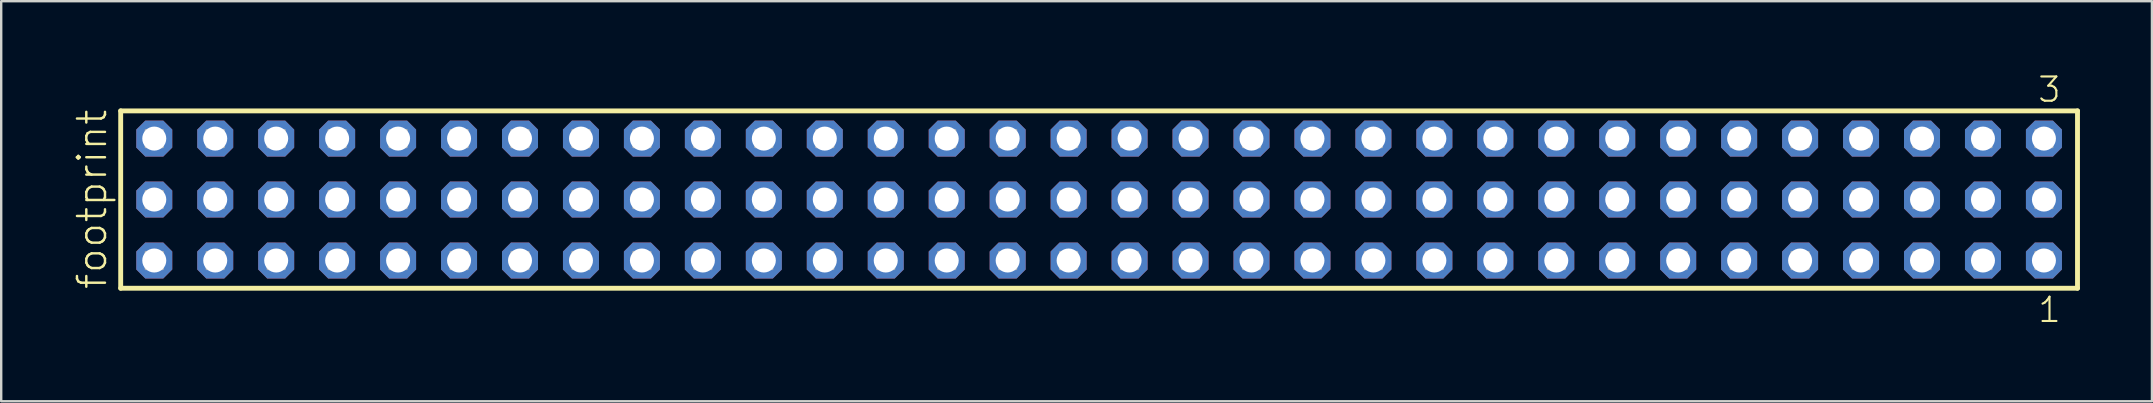
<source format=kicad_pcb>
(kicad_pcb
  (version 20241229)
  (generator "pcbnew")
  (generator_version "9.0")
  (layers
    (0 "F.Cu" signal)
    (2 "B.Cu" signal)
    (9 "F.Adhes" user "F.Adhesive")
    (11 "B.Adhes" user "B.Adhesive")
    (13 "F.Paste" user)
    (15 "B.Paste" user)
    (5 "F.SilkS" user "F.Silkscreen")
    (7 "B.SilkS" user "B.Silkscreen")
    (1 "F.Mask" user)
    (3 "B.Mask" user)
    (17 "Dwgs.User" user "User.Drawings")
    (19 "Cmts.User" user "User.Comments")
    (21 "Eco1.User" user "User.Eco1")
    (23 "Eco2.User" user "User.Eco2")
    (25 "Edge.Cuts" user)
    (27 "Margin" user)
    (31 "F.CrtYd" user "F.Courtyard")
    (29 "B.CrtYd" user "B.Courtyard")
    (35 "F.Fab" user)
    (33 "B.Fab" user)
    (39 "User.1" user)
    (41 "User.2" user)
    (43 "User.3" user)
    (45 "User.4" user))
  (footprint "footprint"
    (layer "F.Cu")
    (at 42.748 5.265)
    (property "Reference" "footprint" (at -41.275 3.81 90) (layer "F.SilkS") (effects (font (size 1.168 1.168) (thickness 0.102)) (justify left bottom)))
    (fp_line (start -40.769 -3.695) (end 40.769 -3.695) (stroke (width 0.203) (type solid)) (layer "F.SilkS"))
    (fp_line (start -40.769 3.695) (end -40.769 -3.695) (stroke (width 0.203) (type solid)) (layer "F.SilkS"))
    (fp_line (start 40.769 -3.695) (end 40.769 3.695) (stroke (width 0.203) (type solid)) (layer "F.SilkS"))
    (fp_line (start 40.769 3.695) (end -40.769 3.695) (stroke (width 0.203) (type solid)) (layer "F.SilkS"))
    (fp_poly (pts (xy -39.72 -2.19) (xy -39.02 -2.19) (xy -39.02 -2.89) (xy -39.72 -2.89)) (stroke (width 0.1) (type solid)) (fill no) (layer "F.Fab"))
    (fp_poly (pts (xy -39.72 0.35) (xy -39.02 0.35) (xy -39.02 -0.35) (xy -39.72 -0.35)) (stroke (width 0.1) (type solid)) (fill no) (layer "F.Fab"))
    (fp_poly (pts (xy -39.72 2.89) (xy -39.02 2.89) (xy -39.02 2.19) (xy -39.72 2.19)) (stroke (width 0.1) (type solid)) (fill no) (layer "F.Fab"))
    (fp_poly (pts (xy -37.18 -2.19) (xy -36.48 -2.19) (xy -36.48 -2.89) (xy -37.18 -2.89)) (stroke (width 0.1) (type solid)) (fill no) (layer "F.Fab"))
    (fp_poly (pts (xy -37.18 0.35) (xy -36.48 0.35) (xy -36.48 -0.35) (xy -37.18 -0.35)) (stroke (width 0.1) (type solid)) (fill no) (layer "F.Fab"))
    (fp_poly (pts (xy -37.18 2.89) (xy -36.48 2.89) (xy -36.48 2.19) (xy -37.18 2.19)) (stroke (width 0.1) (type solid)) (fill no) (layer "F.Fab"))
    (fp_poly (pts (xy -34.64 -2.19) (xy -33.94 -2.19) (xy -33.94 -2.89) (xy -34.64 -2.89)) (stroke (width 0.1) (type solid)) (fill no) (layer "F.Fab"))
    (fp_poly (pts (xy -34.64 0.35) (xy -33.94 0.35) (xy -33.94 -0.35) (xy -34.64 -0.35)) (stroke (width 0.1) (type solid)) (fill no) (layer "F.Fab"))
    (fp_poly (pts (xy -34.64 2.89) (xy -33.94 2.89) (xy -33.94 2.19) (xy -34.64 2.19)) (stroke (width 0.1) (type solid)) (fill no) (layer "F.Fab"))
    (fp_poly (pts (xy -32.1 -2.19) (xy -31.4 -2.19) (xy -31.4 -2.89) (xy -32.1 -2.89)) (stroke (width 0.1) (type solid)) (fill no) (layer "F.Fab"))
    (fp_poly (pts (xy -32.1 0.35) (xy -31.4 0.35) (xy -31.4 -0.35) (xy -32.1 -0.35)) (stroke (width 0.1) (type solid)) (fill no) (layer "F.Fab"))
    (fp_poly (pts (xy -32.1 2.89) (xy -31.4 2.89) (xy -31.4 2.19) (xy -32.1 2.19)) (stroke (width 0.1) (type solid)) (fill no) (layer "F.Fab"))
    (fp_poly (pts (xy -29.56 -2.19) (xy -28.86 -2.19) (xy -28.86 -2.89) (xy -29.56 -2.89)) (stroke (width 0.1) (type solid)) (fill no) (layer "F.Fab"))
    (fp_poly (pts (xy -29.56 0.35) (xy -28.86 0.35) (xy -28.86 -0.35) (xy -29.56 -0.35)) (stroke (width 0.1) (type solid)) (fill no) (layer "F.Fab"))
    (fp_poly (pts (xy -29.56 2.89) (xy -28.86 2.89) (xy -28.86 2.19) (xy -29.56 2.19)) (stroke (width 0.1) (type solid)) (fill no) (layer "F.Fab"))
    (fp_poly (pts (xy -27.02 -2.19) (xy -26.32 -2.19) (xy -26.32 -2.89) (xy -27.02 -2.89)) (stroke (width 0.1) (type solid)) (fill no) (layer "F.Fab"))
    (fp_poly (pts (xy -27.02 0.35) (xy -26.32 0.35) (xy -26.32 -0.35) (xy -27.02 -0.35)) (stroke (width 0.1) (type solid)) (fill no) (layer "F.Fab"))
    (fp_poly (pts (xy -27.02 2.89) (xy -26.32 2.89) (xy -26.32 2.19) (xy -27.02 2.19)) (stroke (width 0.1) (type solid)) (fill no) (layer "F.Fab"))
    (fp_poly (pts (xy -24.48 -2.19) (xy -23.78 -2.19) (xy -23.78 -2.89) (xy -24.48 -2.89)) (stroke (width 0.1) (type solid)) (fill no) (layer "F.Fab"))
    (fp_poly (pts (xy -24.48 0.35) (xy -23.78 0.35) (xy -23.78 -0.35) (xy -24.48 -0.35)) (stroke (width 0.1) (type solid)) (fill no) (layer "F.Fab"))
    (fp_poly (pts (xy -24.48 2.89) (xy -23.78 2.89) (xy -23.78 2.19) (xy -24.48 2.19)) (stroke (width 0.1) (type solid)) (fill no) (layer "F.Fab"))
    (fp_poly (pts (xy -21.94 -2.19) (xy -21.24 -2.19) (xy -21.24 -2.89) (xy -21.94 -2.89)) (stroke (width 0.1) (type solid)) (fill no) (layer "F.Fab"))
    (fp_poly (pts (xy -21.94 0.35) (xy -21.24 0.35) (xy -21.24 -0.35) (xy -21.94 -0.35)) (stroke (width 0.1) (type solid)) (fill no) (layer "F.Fab"))
    (fp_poly (pts (xy -21.94 2.89) (xy -21.24 2.89) (xy -21.24 2.19) (xy -21.94 2.19)) (stroke (width 0.1) (type solid)) (fill no) (layer "F.Fab"))
    (fp_poly (pts (xy -19.4 -2.19) (xy -18.7 -2.19) (xy -18.7 -2.89) (xy -19.4 -2.89)) (stroke (width 0.1) (type solid)) (fill no) (layer "F.Fab"))
    (fp_poly (pts (xy -19.4 0.35) (xy -18.7 0.35) (xy -18.7 -0.35) (xy -19.4 -0.35)) (stroke (width 0.1) (type solid)) (fill no) (layer "F.Fab"))
    (fp_poly (pts (xy -19.4 2.89) (xy -18.7 2.89) (xy -18.7 2.19) (xy -19.4 2.19)) (stroke (width 0.1) (type solid)) (fill no) (layer "F.Fab"))
    (fp_poly (pts (xy -16.86 -2.19) (xy -16.16 -2.19) (xy -16.16 -2.89) (xy -16.86 -2.89)) (stroke (width 0.1) (type solid)) (fill no) (layer "F.Fab"))
    (fp_poly (pts (xy -16.86 0.35) (xy -16.16 0.35) (xy -16.16 -0.35) (xy -16.86 -0.35)) (stroke (width 0.1) (type solid)) (fill no) (layer "F.Fab"))
    (fp_poly (pts (xy -16.86 2.89) (xy -16.16 2.89) (xy -16.16 2.19) (xy -16.86 2.19)) (stroke (width 0.1) (type solid)) (fill no) (layer "F.Fab"))
    (fp_poly (pts (xy -14.32 -2.19) (xy -13.62 -2.19) (xy -13.62 -2.89) (xy -14.32 -2.89)) (stroke (width 0.1) (type solid)) (fill no) (layer "F.Fab"))
    (fp_poly (pts (xy -14.32 0.35) (xy -13.62 0.35) (xy -13.62 -0.35) (xy -14.32 -0.35)) (stroke (width 0.1) (type solid)) (fill no) (layer "F.Fab"))
    (fp_poly (pts (xy -14.32 2.89) (xy -13.62 2.89) (xy -13.62 2.19) (xy -14.32 2.19)) (stroke (width 0.1) (type solid)) (fill no) (layer "F.Fab"))
    (fp_poly (pts (xy -11.78 -2.19) (xy -11.08 -2.19) (xy -11.08 -2.89) (xy -11.78 -2.89)) (stroke (width 0.1) (type solid)) (fill no) (layer "F.Fab"))
    (fp_poly (pts (xy -11.78 0.35) (xy -11.08 0.35) (xy -11.08 -0.35) (xy -11.78 -0.35)) (stroke (width 0.1) (type solid)) (fill no) (layer "F.Fab"))
    (fp_poly (pts (xy -11.78 2.89) (xy -11.08 2.89) (xy -11.08 2.19) (xy -11.78 2.19)) (stroke (width 0.1) (type solid)) (fill no) (layer "F.Fab"))
    (fp_poly (pts (xy -9.24 -2.19) (xy -8.54 -2.19) (xy -8.54 -2.89) (xy -9.24 -2.89)) (stroke (width 0.1) (type solid)) (fill no) (layer "F.Fab"))
    (fp_poly (pts (xy -9.24 0.35) (xy -8.54 0.35) (xy -8.54 -0.35) (xy -9.24 -0.35)) (stroke (width 0.1) (type solid)) (fill no) (layer "F.Fab"))
    (fp_poly (pts (xy -9.24 2.89) (xy -8.54 2.89) (xy -8.54 2.19) (xy -9.24 2.19)) (stroke (width 0.1) (type solid)) (fill no) (layer "F.Fab"))
    (fp_poly (pts (xy -6.7 -2.19) (xy -6 -2.19) (xy -6 -2.89) (xy -6.7 -2.89)) (stroke (width 0.1) (type solid)) (fill no) (layer "F.Fab"))
    (fp_poly (pts (xy -6.7 0.35) (xy -6 0.35) (xy -6 -0.35) (xy -6.7 -0.35)) (stroke (width 0.1) (type solid)) (fill no) (layer "F.Fab"))
    (fp_poly (pts (xy -6.7 2.89) (xy -6 2.89) (xy -6 2.19) (xy -6.7 2.19)) (stroke (width 0.1) (type solid)) (fill no) (layer "F.Fab"))
    (fp_poly (pts (xy -4.16 -2.19) (xy -3.46 -2.19) (xy -3.46 -2.89) (xy -4.16 -2.89)) (stroke (width 0.1) (type solid)) (fill no) (layer "F.Fab"))
    (fp_poly (pts (xy -4.16 0.35) (xy -3.46 0.35) (xy -3.46 -0.35) (xy -4.16 -0.35)) (stroke (width 0.1) (type solid)) (fill no) (layer "F.Fab"))
    (fp_poly (pts (xy -4.16 2.89) (xy -3.46 2.89) (xy -3.46 2.19) (xy -4.16 2.19)) (stroke (width 0.1) (type solid)) (fill no) (layer "F.Fab"))
    (fp_poly (pts (xy -1.62 -2.19) (xy -0.92 -2.19) (xy -0.92 -2.89) (xy -1.62 -2.89)) (stroke (width 0.1) (type solid)) (fill no) (layer "F.Fab"))
    (fp_poly (pts (xy -1.62 0.35) (xy -0.92 0.35) (xy -0.92 -0.35) (xy -1.62 -0.35)) (stroke (width 0.1) (type solid)) (fill no) (layer "F.Fab"))
    (fp_poly (pts (xy -1.62 2.89) (xy -0.92 2.89) (xy -0.92 2.19) (xy -1.62 2.19)) (stroke (width 0.1) (type solid)) (fill no) (layer "F.Fab"))
    (fp_poly (pts (xy 0.92 -2.19) (xy 1.62 -2.19) (xy 1.62 -2.89) (xy 0.92 -2.89)) (stroke (width 0.1) (type solid)) (fill no) (layer "F.Fab"))
    (fp_poly (pts (xy 0.92 0.35) (xy 1.62 0.35) (xy 1.62 -0.35) (xy 0.92 -0.35)) (stroke (width 0.1) (type solid)) (fill no) (layer "F.Fab"))
    (fp_poly (pts (xy 0.92 2.89) (xy 1.62 2.89) (xy 1.62 2.19) (xy 0.92 2.19)) (stroke (width 0.1) (type solid)) (fill no) (layer "F.Fab"))
    (fp_poly (pts (xy 3.46 -2.19) (xy 4.16 -2.19) (xy 4.16 -2.89) (xy 3.46 -2.89)) (stroke (width 0.1) (type solid)) (fill no) (layer "F.Fab"))
    (fp_poly (pts (xy 3.46 0.35) (xy 4.16 0.35) (xy 4.16 -0.35) (xy 3.46 -0.35)) (stroke (width 0.1) (type solid)) (fill no) (layer "F.Fab"))
    (fp_poly (pts (xy 3.46 2.89) (xy 4.16 2.89) (xy 4.16 2.19) (xy 3.46 2.19)) (stroke (width 0.1) (type solid)) (fill no) (layer "F.Fab"))
    (fp_poly (pts (xy 6 -2.19) (xy 6.7 -2.19) (xy 6.7 -2.89) (xy 6 -2.89)) (stroke (width 0.1) (type solid)) (fill no) (layer "F.Fab"))
    (fp_poly (pts (xy 6 0.35) (xy 6.7 0.35) (xy 6.7 -0.35) (xy 6 -0.35)) (stroke (width 0.1) (type solid)) (fill no) (layer "F.Fab"))
    (fp_poly (pts (xy 6 2.89) (xy 6.7 2.89) (xy 6.7 2.19) (xy 6 2.19)) (stroke (width 0.1) (type solid)) (fill no) (layer "F.Fab"))
    (fp_poly (pts (xy 8.54 -2.19) (xy 9.24 -2.19) (xy 9.24 -2.89) (xy 8.54 -2.89)) (stroke (width 0.1) (type solid)) (fill no) (layer "F.Fab"))
    (fp_poly (pts (xy 8.54 0.35) (xy 9.24 0.35) (xy 9.24 -0.35) (xy 8.54 -0.35)) (stroke (width 0.1) (type solid)) (fill no) (layer "F.Fab"))
    (fp_poly (pts (xy 8.54 2.89) (xy 9.24 2.89) (xy 9.24 2.19) (xy 8.54 2.19)) (stroke (width 0.1) (type solid)) (fill no) (layer "F.Fab"))
    (fp_poly (pts (xy 11.08 -2.19) (xy 11.78 -2.19) (xy 11.78 -2.89) (xy 11.08 -2.89)) (stroke (width 0.1) (type solid)) (fill no) (layer "F.Fab"))
    (fp_poly (pts (xy 11.08 0.35) (xy 11.78 0.35) (xy 11.78 -0.35) (xy 11.08 -0.35)) (stroke (width 0.1) (type solid)) (fill no) (layer "F.Fab"))
    (fp_poly (pts (xy 11.08 2.89) (xy 11.78 2.89) (xy 11.78 2.19) (xy 11.08 2.19)) (stroke (width 0.1) (type solid)) (fill no) (layer "F.Fab"))
    (fp_poly (pts (xy 13.62 -2.19) (xy 14.32 -2.19) (xy 14.32 -2.89) (xy 13.62 -2.89)) (stroke (width 0.1) (type solid)) (fill no) (layer "F.Fab"))
    (fp_poly (pts (xy 13.62 0.35) (xy 14.32 0.35) (xy 14.32 -0.35) (xy 13.62 -0.35)) (stroke (width 0.1) (type solid)) (fill no) (layer "F.Fab"))
    (fp_poly (pts (xy 13.62 2.89) (xy 14.32 2.89) (xy 14.32 2.19) (xy 13.62 2.19)) (stroke (width 0.1) (type solid)) (fill no) (layer "F.Fab"))
    (fp_poly (pts (xy 16.16 -2.19) (xy 16.86 -2.19) (xy 16.86 -2.89) (xy 16.16 -2.89)) (stroke (width 0.1) (type solid)) (fill no) (layer "F.Fab"))
    (fp_poly (pts (xy 16.16 0.35) (xy 16.86 0.35) (xy 16.86 -0.35) (xy 16.16 -0.35)) (stroke (width 0.1) (type solid)) (fill no) (layer "F.Fab"))
    (fp_poly (pts (xy 16.16 2.89) (xy 16.86 2.89) (xy 16.86 2.19) (xy 16.16 2.19)) (stroke (width 0.1) (type solid)) (fill no) (layer "F.Fab"))
    (fp_poly (pts (xy 18.7 -2.19) (xy 19.4 -2.19) (xy 19.4 -2.89) (xy 18.7 -2.89)) (stroke (width 0.1) (type solid)) (fill no) (layer "F.Fab"))
    (fp_poly (pts (xy 18.7 0.35) (xy 19.4 0.35) (xy 19.4 -0.35) (xy 18.7 -0.35)) (stroke (width 0.1) (type solid)) (fill no) (layer "F.Fab"))
    (fp_poly (pts (xy 18.7 2.89) (xy 19.4 2.89) (xy 19.4 2.19) (xy 18.7 2.19)) (stroke (width 0.1) (type solid)) (fill no) (layer "F.Fab"))
    (fp_poly (pts (xy 21.24 -2.19) (xy 21.94 -2.19) (xy 21.94 -2.89) (xy 21.24 -2.89)) (stroke (width 0.1) (type solid)) (fill no) (layer "F.Fab"))
    (fp_poly (pts (xy 21.24 0.35) (xy 21.94 0.35) (xy 21.94 -0.35) (xy 21.24 -0.35)) (stroke (width 0.1) (type solid)) (fill no) (layer "F.Fab"))
    (fp_poly (pts (xy 21.24 2.89) (xy 21.94 2.89) (xy 21.94 2.19) (xy 21.24 2.19)) (stroke (width 0.1) (type solid)) (fill no) (layer "F.Fab"))
    (fp_poly (pts (xy 23.78 -2.19) (xy 24.48 -2.19) (xy 24.48 -2.89) (xy 23.78 -2.89)) (stroke (width 0.1) (type solid)) (fill no) (layer "F.Fab"))
    (fp_poly (pts (xy 23.78 0.35) (xy 24.48 0.35) (xy 24.48 -0.35) (xy 23.78 -0.35)) (stroke (width 0.1) (type solid)) (fill no) (layer "F.Fab"))
    (fp_poly (pts (xy 23.78 2.89) (xy 24.48 2.89) (xy 24.48 2.19) (xy 23.78 2.19)) (stroke (width 0.1) (type solid)) (fill no) (layer "F.Fab"))
    (fp_poly (pts (xy 26.32 -2.19) (xy 27.02 -2.19) (xy 27.02 -2.89) (xy 26.32 -2.89)) (stroke (width 0.1) (type solid)) (fill no) (layer "F.Fab"))
    (fp_poly (pts (xy 26.32 0.35) (xy 27.02 0.35) (xy 27.02 -0.35) (xy 26.32 -0.35)) (stroke (width 0.1) (type solid)) (fill no) (layer "F.Fab"))
    (fp_poly (pts (xy 26.32 2.89) (xy 27.02 2.89) (xy 27.02 2.19) (xy 26.32 2.19)) (stroke (width 0.1) (type solid)) (fill no) (layer "F.Fab"))
    (fp_poly (pts (xy 28.86 -2.19) (xy 29.56 -2.19) (xy 29.56 -2.89) (xy 28.86 -2.89)) (stroke (width 0.1) (type solid)) (fill no) (layer "F.Fab"))
    (fp_poly (pts (xy 28.86 0.35) (xy 29.56 0.35) (xy 29.56 -0.35) (xy 28.86 -0.35)) (stroke (width 0.1) (type solid)) (fill no) (layer "F.Fab"))
    (fp_poly (pts (xy 28.86 2.89) (xy 29.56 2.89) (xy 29.56 2.19) (xy 28.86 2.19)) (stroke (width 0.1) (type solid)) (fill no) (layer "F.Fab"))
    (fp_poly (pts (xy 31.4 -2.19) (xy 32.1 -2.19) (xy 32.1 -2.89) (xy 31.4 -2.89)) (stroke (width 0.1) (type solid)) (fill no) (layer "F.Fab"))
    (fp_poly (pts (xy 31.4 0.35) (xy 32.1 0.35) (xy 32.1 -0.35) (xy 31.4 -0.35)) (stroke (width 0.1) (type solid)) (fill no) (layer "F.Fab"))
    (fp_poly (pts (xy 31.4 2.89) (xy 32.1 2.89) (xy 32.1 2.19) (xy 31.4 2.19)) (stroke (width 0.1) (type solid)) (fill no) (layer "F.Fab"))
    (fp_poly (pts (xy 33.94 -2.19) (xy 34.64 -2.19) (xy 34.64 -2.89) (xy 33.94 -2.89)) (stroke (width 0.1) (type solid)) (fill no) (layer "F.Fab"))
    (fp_poly (pts (xy 33.94 0.35) (xy 34.64 0.35) (xy 34.64 -0.35) (xy 33.94 -0.35)) (stroke (width 0.1) (type solid)) (fill no) (layer "F.Fab"))
    (fp_poly (pts (xy 33.94 2.89) (xy 34.64 2.89) (xy 34.64 2.19) (xy 33.94 2.19)) (stroke (width 0.1) (type solid)) (fill no) (layer "F.Fab"))
    (fp_poly (pts (xy 36.48 -2.19) (xy 37.18 -2.19) (xy 37.18 -2.89) (xy 36.48 -2.89)) (stroke (width 0.1) (type solid)) (fill no) (layer "F.Fab"))
    (fp_poly (pts (xy 36.48 0.35) (xy 37.18 0.35) (xy 37.18 -0.35) (xy 36.48 -0.35)) (stroke (width 0.1) (type solid)) (fill no) (layer "F.Fab"))
    (fp_poly (pts (xy 36.48 2.89) (xy 37.18 2.89) (xy 37.18 2.19) (xy 36.48 2.19)) (stroke (width 0.1) (type solid)) (fill no) (layer "F.Fab"))
    (fp_poly (pts (xy 39.02 -2.19) (xy 39.72 -2.19) (xy 39.72 -2.89) (xy 39.02 -2.89)) (stroke (width 0.1) (type solid)) (fill no) (layer "F.Fab"))
    (fp_poly (pts (xy 39.02 0.35) (xy 39.72 0.35) (xy 39.72 -0.35) (xy 39.02 -0.35)) (stroke (width 0.1) (type solid)) (fill no) (layer "F.Fab"))
    (fp_poly (pts (xy 39.02 2.89) (xy 39.72 2.89) (xy 39.72 2.19) (xy 39.02 2.19)) (stroke (width 0.1) (type solid)) (fill no) (layer "F.Fab"))
    (fp_text user "3" (at 39.058 -3.989 0) (layer "F.SilkS") (effects (font (size 1.012 1.012) (thickness 0.088)) (justify left bottom)))
    (fp_text user "1" (at 39.062 5.188 0) (layer "F.SilkS") (effects (font (size 1.012 1.012) (thickness 0.088)) (justify left bottom)))
    (pad "1" thru_hole roundrect (at 39.37 2.54 180) (size 1.5 1.5) (drill 1) (layers "*.Cu" "*.Mask") (roundrect_rratio 0.25) (chamfer_ratio 0.25) (chamfer top_left top_right bottom_left bottom_right))
    (pad "2" thru_hole roundrect (at 39.37 0 180) (size 1.5 1.5) (drill 1) (layers "*.Cu" "*.Mask") (roundrect_rratio 0.25) (chamfer_ratio 0.25) (chamfer top_left top_right bottom_left bottom_right))
    (pad "3" thru_hole roundrect (at 39.37 -2.54 180) (size 1.5 1.5) (drill 1) (layers "*.Cu" "*.Mask") (roundrect_rratio 0.25) (chamfer_ratio 0.25) (chamfer top_left top_right bottom_left bottom_right))
    (pad "4" thru_hole roundrect (at 36.83 2.54 180) (size 1.5 1.5) (drill 1) (layers "*.Cu" "*.Mask") (roundrect_rratio 0.25) (chamfer_ratio 0.25) (chamfer top_left top_right bottom_left bottom_right))
    (pad "5" thru_hole roundrect (at 36.83 0 180) (size 1.5 1.5) (drill 1) (layers "*.Cu" "*.Mask") (roundrect_rratio 0.25) (chamfer_ratio 0.25) (chamfer top_left top_right bottom_left bottom_right))
    (pad "6" thru_hole roundrect (at 36.83 -2.54 180) (size 1.5 1.5) (drill 1) (layers "*.Cu" "*.Mask") (roundrect_rratio 0.25) (chamfer_ratio 0.25) (chamfer top_left top_right bottom_left bottom_right))
    (pad "7" thru_hole roundrect (at 34.29 2.54 180) (size 1.5 1.5) (drill 1) (layers "*.Cu" "*.Mask") (roundrect_rratio 0.25) (chamfer_ratio 0.25) (chamfer top_left top_right bottom_left bottom_right))
    (pad "8" thru_hole roundrect (at 34.29 0 180) (size 1.5 1.5) (drill 1) (layers "*.Cu" "*.Mask") (roundrect_rratio 0.25) (chamfer_ratio 0.25) (chamfer top_left top_right bottom_left bottom_right))
    (pad "9" thru_hole roundrect (at 34.29 -2.54 180) (size 1.5 1.5) (drill 1) (layers "*.Cu" "*.Mask") (roundrect_rratio 0.25) (chamfer_ratio 0.25) (chamfer top_left top_right bottom_left bottom_right))
    (pad "10" thru_hole roundrect (at 31.75 2.54 180) (size 1.5 1.5) (drill 1) (layers "*.Cu" "*.Mask") (roundrect_rratio 0.25) (chamfer_ratio 0.25) (chamfer top_left top_right bottom_left bottom_right))
    (pad "11" thru_hole roundrect (at 31.75 0 180) (size 1.5 1.5) (drill 1) (layers "*.Cu" "*.Mask") (roundrect_rratio 0.25) (chamfer_ratio 0.25) (chamfer top_left top_right bottom_left bottom_right))
    (pad "12" thru_hole roundrect (at 31.75 -2.54 180) (size 1.5 1.5) (drill 1) (layers "*.Cu" "*.Mask") (roundrect_rratio 0.25) (chamfer_ratio 0.25) (chamfer top_left top_right bottom_left bottom_right))
    (pad "13" thru_hole roundrect (at 29.21 2.54 180) (size 1.5 1.5) (drill 1) (layers "*.Cu" "*.Mask") (roundrect_rratio 0.25) (chamfer_ratio 0.25) (chamfer top_left top_right bottom_left bottom_right))
    (pad "14" thru_hole roundrect (at 29.21 0 180) (size 1.5 1.5) (drill 1) (layers "*.Cu" "*.Mask") (roundrect_rratio 0.25) (chamfer_ratio 0.25) (chamfer top_left top_right bottom_left bottom_right))
    (pad "15" thru_hole roundrect (at 29.21 -2.54 180) (size 1.5 1.5) (drill 1) (layers "*.Cu" "*.Mask") (roundrect_rratio 0.25) (chamfer_ratio 0.25) (chamfer top_left top_right bottom_left bottom_right))
    (pad "16" thru_hole roundrect (at 26.67 2.54 180) (size 1.5 1.5) (drill 1) (layers "*.Cu" "*.Mask") (roundrect_rratio 0.25) (chamfer_ratio 0.25) (chamfer top_left top_right bottom_left bottom_right))
    (pad "17" thru_hole roundrect (at 26.67 0 180) (size 1.5 1.5) (drill 1) (layers "*.Cu" "*.Mask") (roundrect_rratio 0.25) (chamfer_ratio 0.25) (chamfer top_left top_right bottom_left bottom_right))
    (pad "18" thru_hole roundrect (at 26.67 -2.54 180) (size 1.5 1.5) (drill 1) (layers "*.Cu" "*.Mask") (roundrect_rratio 0.25) (chamfer_ratio 0.25) (chamfer top_left top_right bottom_left bottom_right))
    (pad "19" thru_hole roundrect (at 24.13 2.54 180) (size 1.5 1.5) (drill 1) (layers "*.Cu" "*.Mask") (roundrect_rratio 0.25) (chamfer_ratio 0.25) (chamfer top_left top_right bottom_left bottom_right))
    (pad "20" thru_hole roundrect (at 24.13 0 180) (size 1.5 1.5) (drill 1) (layers "*.Cu" "*.Mask") (roundrect_rratio 0.25) (chamfer_ratio 0.25) (chamfer top_left top_right bottom_left bottom_right))
    (pad "21" thru_hole roundrect (at 24.13 -2.54 180) (size 1.5 1.5) (drill 1) (layers "*.Cu" "*.Mask") (roundrect_rratio 0.25) (chamfer_ratio 0.25) (chamfer top_left top_right bottom_left bottom_right))
    (pad "22" thru_hole roundrect (at 21.59 2.54 180) (size 1.5 1.5) (drill 1) (layers "*.Cu" "*.Mask") (roundrect_rratio 0.25) (chamfer_ratio 0.25) (chamfer top_left top_right bottom_left bottom_right))
    (pad "23" thru_hole roundrect (at 21.59 0 180) (size 1.5 1.5) (drill 1) (layers "*.Cu" "*.Mask") (roundrect_rratio 0.25) (chamfer_ratio 0.25) (chamfer top_left top_right bottom_left bottom_right))
    (pad "24" thru_hole roundrect (at 21.59 -2.54 180) (size 1.5 1.5) (drill 1) (layers "*.Cu" "*.Mask") (roundrect_rratio 0.25) (chamfer_ratio 0.25) (chamfer top_left top_right bottom_left bottom_right))
    (pad "25" thru_hole roundrect (at 19.05 2.54 180) (size 1.5 1.5) (drill 1) (layers "*.Cu" "*.Mask") (roundrect_rratio 0.25) (chamfer_ratio 0.25) (chamfer top_left top_right bottom_left bottom_right))
    (pad "26" thru_hole roundrect (at 19.05 0 180) (size 1.5 1.5) (drill 1) (layers "*.Cu" "*.Mask") (roundrect_rratio 0.25) (chamfer_ratio 0.25) (chamfer top_left top_right bottom_left bottom_right))
    (pad "27" thru_hole roundrect (at 19.05 -2.54 180) (size 1.5 1.5) (drill 1) (layers "*.Cu" "*.Mask") (roundrect_rratio 0.25) (chamfer_ratio 0.25) (chamfer top_left top_right bottom_left bottom_right))
    (pad "28" thru_hole roundrect (at 16.51 2.54 180) (size 1.5 1.5) (drill 1) (layers "*.Cu" "*.Mask") (roundrect_rratio 0.25) (chamfer_ratio 0.25) (chamfer top_left top_right bottom_left bottom_right))
    (pad "29" thru_hole roundrect (at 16.51 0 180) (size 1.5 1.5) (drill 1) (layers "*.Cu" "*.Mask") (roundrect_rratio 0.25) (chamfer_ratio 0.25) (chamfer top_left top_right bottom_left bottom_right))
    (pad "30" thru_hole roundrect (at 16.51 -2.54 180) (size 1.5 1.5) (drill 1) (layers "*.Cu" "*.Mask") (roundrect_rratio 0.25) (chamfer_ratio 0.25) (chamfer top_left top_right bottom_left bottom_right))
    (pad "31" thru_hole roundrect (at 13.97 2.54 180) (size 1.5 1.5) (drill 1) (layers "*.Cu" "*.Mask") (roundrect_rratio 0.25) (chamfer_ratio 0.25) (chamfer top_left top_right bottom_left bottom_right))
    (pad "32" thru_hole roundrect (at 13.97 0 180) (size 1.5 1.5) (drill 1) (layers "*.Cu" "*.Mask") (roundrect_rratio 0.25) (chamfer_ratio 0.25) (chamfer top_left top_right bottom_left bottom_right))
    (pad "33" thru_hole roundrect (at 13.97 -2.54 180) (size 1.5 1.5) (drill 1) (layers "*.Cu" "*.Mask") (roundrect_rratio 0.25) (chamfer_ratio 0.25) (chamfer top_left top_right bottom_left bottom_right))
    (pad "34" thru_hole roundrect (at 11.43 2.54 180) (size 1.5 1.5) (drill 1) (layers "*.Cu" "*.Mask") (roundrect_rratio 0.25) (chamfer_ratio 0.25) (chamfer top_left top_right bottom_left bottom_right))
    (pad "35" thru_hole roundrect (at 11.43 0 180) (size 1.5 1.5) (drill 1) (layers "*.Cu" "*.Mask") (roundrect_rratio 0.25) (chamfer_ratio 0.25) (chamfer top_left top_right bottom_left bottom_right))
    (pad "36" thru_hole roundrect (at 11.43 -2.54 180) (size 1.5 1.5) (drill 1) (layers "*.Cu" "*.Mask") (roundrect_rratio 0.25) (chamfer_ratio 0.25) (chamfer top_left top_right bottom_left bottom_right))
    (pad "37" thru_hole roundrect (at 8.89 2.54 180) (size 1.5 1.5) (drill 1) (layers "*.Cu" "*.Mask") (roundrect_rratio 0.25) (chamfer_ratio 0.25) (chamfer top_left top_right bottom_left bottom_right))
    (pad "38" thru_hole roundrect (at 8.89 0 180) (size 1.5 1.5) (drill 1) (layers "*.Cu" "*.Mask") (roundrect_rratio 0.25) (chamfer_ratio 0.25) (chamfer top_left top_right bottom_left bottom_right))
    (pad "39" thru_hole roundrect (at 8.89 -2.54 180) (size 1.5 1.5) (drill 1) (layers "*.Cu" "*.Mask") (roundrect_rratio 0.25) (chamfer_ratio 0.25) (chamfer top_left top_right bottom_left bottom_right))
    (pad "40" thru_hole roundrect (at 6.35 2.54 180) (size 1.5 1.5) (drill 1) (layers "*.Cu" "*.Mask") (roundrect_rratio 0.25) (chamfer_ratio 0.25) (chamfer top_left top_right bottom_left bottom_right))
    (pad "41" thru_hole roundrect (at 6.35 0 180) (size 1.5 1.5) (drill 1) (layers "*.Cu" "*.Mask") (roundrect_rratio 0.25) (chamfer_ratio 0.25) (chamfer top_left top_right bottom_left bottom_right))
    (pad "42" thru_hole roundrect (at 6.35 -2.54 180) (size 1.5 1.5) (drill 1) (layers "*.Cu" "*.Mask") (roundrect_rratio 0.25) (chamfer_ratio 0.25) (chamfer top_left top_right bottom_left bottom_right))
    (pad "43" thru_hole roundrect (at 3.81 2.54 180) (size 1.5 1.5) (drill 1) (layers "*.Cu" "*.Mask") (roundrect_rratio 0.25) (chamfer_ratio 0.25) (chamfer top_left top_right bottom_left bottom_right))
    (pad "44" thru_hole roundrect (at 3.81 0 180) (size 1.5 1.5) (drill 1) (layers "*.Cu" "*.Mask") (roundrect_rratio 0.25) (chamfer_ratio 0.25) (chamfer top_left top_right bottom_left bottom_right))
    (pad "45" thru_hole roundrect (at 3.81 -2.54 180) (size 1.5 1.5) (drill 1) (layers "*.Cu" "*.Mask") (roundrect_rratio 0.25) (chamfer_ratio 0.25) (chamfer top_left top_right bottom_left bottom_right))
    (pad "46" thru_hole roundrect (at 1.27 2.54 180) (size 1.5 1.5) (drill 1) (layers "*.Cu" "*.Mask") (roundrect_rratio 0.25) (chamfer_ratio 0.25) (chamfer top_left top_right bottom_left bottom_right))
    (pad "47" thru_hole roundrect (at 1.27 0 180) (size 1.5 1.5) (drill 1) (layers "*.Cu" "*.Mask") (roundrect_rratio 0.25) (chamfer_ratio 0.25) (chamfer top_left top_right bottom_left bottom_right))
    (pad "48" thru_hole roundrect (at 1.27 -2.54 180) (size 1.5 1.5) (drill 1) (layers "*.Cu" "*.Mask") (roundrect_rratio 0.25) (chamfer_ratio 0.25) (chamfer top_left top_right bottom_left bottom_right))
    (pad "49" thru_hole roundrect (at -1.27 2.54 180) (size 1.5 1.5) (drill 1) (layers "*.Cu" "*.Mask") (roundrect_rratio 0.25) (chamfer_ratio 0.25) (chamfer top_left top_right bottom_left bottom_right))
    (pad "50" thru_hole roundrect (at -1.27 0 180) (size 1.5 1.5) (drill 1) (layers "*.Cu" "*.Mask") (roundrect_rratio 0.25) (chamfer_ratio 0.25) (chamfer top_left top_right bottom_left bottom_right))
    (pad "51" thru_hole roundrect (at -1.27 -2.54 180) (size 1.5 1.5) (drill 1) (layers "*.Cu" "*.Mask") (roundrect_rratio 0.25) (chamfer_ratio 0.25) (chamfer top_left top_right bottom_left bottom_right))
    (pad "52" thru_hole roundrect (at -3.81 2.54 180) (size 1.5 1.5) (drill 1) (layers "*.Cu" "*.Mask") (roundrect_rratio 0.25) (chamfer_ratio 0.25) (chamfer top_left top_right bottom_left bottom_right))
    (pad "53" thru_hole roundrect (at -3.81 0 180) (size 1.5 1.5) (drill 1) (layers "*.Cu" "*.Mask") (roundrect_rratio 0.25) (chamfer_ratio 0.25) (chamfer top_left top_right bottom_left bottom_right))
    (pad "54" thru_hole roundrect (at -3.81 -2.54 180) (size 1.5 1.5) (drill 1) (layers "*.Cu" "*.Mask") (roundrect_rratio 0.25) (chamfer_ratio 0.25) (chamfer top_left top_right bottom_left bottom_right))
    (pad "55" thru_hole roundrect (at -6.35 2.54 180) (size 1.5 1.5) (drill 1) (layers "*.Cu" "*.Mask") (roundrect_rratio 0.25) (chamfer_ratio 0.25) (chamfer top_left top_right bottom_left bottom_right))
    (pad "56" thru_hole roundrect (at -6.35 0 180) (size 1.5 1.5) (drill 1) (layers "*.Cu" "*.Mask") (roundrect_rratio 0.25) (chamfer_ratio 0.25) (chamfer top_left top_right bottom_left bottom_right))
    (pad "57" thru_hole roundrect (at -6.35 -2.54 180) (size 1.5 1.5) (drill 1) (layers "*.Cu" "*.Mask") (roundrect_rratio 0.25) (chamfer_ratio 0.25) (chamfer top_left top_right bottom_left bottom_right))
    (pad "58" thru_hole roundrect (at -8.89 2.54 180) (size 1.5 1.5) (drill 1) (layers "*.Cu" "*.Mask") (roundrect_rratio 0.25) (chamfer_ratio 0.25) (chamfer top_left top_right bottom_left bottom_right))
    (pad "59" thru_hole roundrect (at -8.89 0 180) (size 1.5 1.5) (drill 1) (layers "*.Cu" "*.Mask") (roundrect_rratio 0.25) (chamfer_ratio 0.25) (chamfer top_left top_right bottom_left bottom_right))
    (pad "60" thru_hole roundrect (at -8.89 -2.54 180) (size 1.5 1.5) (drill 1) (layers "*.Cu" "*.Mask") (roundrect_rratio 0.25) (chamfer_ratio 0.25) (chamfer top_left top_right bottom_left bottom_right))
    (pad "61" thru_hole roundrect (at -11.43 2.54 180) (size 1.5 1.5) (drill 1) (layers "*.Cu" "*.Mask") (roundrect_rratio 0.25) (chamfer_ratio 0.25) (chamfer top_left top_right bottom_left bottom_right))
    (pad "62" thru_hole roundrect (at -11.43 0 180) (size 1.5 1.5) (drill 1) (layers "*.Cu" "*.Mask") (roundrect_rratio 0.25) (chamfer_ratio 0.25) (chamfer top_left top_right bottom_left bottom_right))
    (pad "63" thru_hole roundrect (at -11.43 -2.54 180) (size 1.5 1.5) (drill 1) (layers "*.Cu" "*.Mask") (roundrect_rratio 0.25) (chamfer_ratio 0.25) (chamfer top_left top_right bottom_left bottom_right))
    (pad "64" thru_hole roundrect (at -13.97 2.54 180) (size 1.5 1.5) (drill 1) (layers "*.Cu" "*.Mask") (roundrect_rratio 0.25) (chamfer_ratio 0.25) (chamfer top_left top_right bottom_left bottom_right))
    (pad "65" thru_hole roundrect (at -13.97 0 180) (size 1.5 1.5) (drill 1) (layers "*.Cu" "*.Mask") (roundrect_rratio 0.25) (chamfer_ratio 0.25) (chamfer top_left top_right bottom_left bottom_right))
    (pad "66" thru_hole roundrect (at -13.97 -2.54 180) (size 1.5 1.5) (drill 1) (layers "*.Cu" "*.Mask") (roundrect_rratio 0.25) (chamfer_ratio 0.25) (chamfer top_left top_right bottom_left bottom_right))
    (pad "67" thru_hole roundrect (at -16.51 2.54 180) (size 1.5 1.5) (drill 1) (layers "*.Cu" "*.Mask") (roundrect_rratio 0.25) (chamfer_ratio 0.25) (chamfer top_left top_right bottom_left bottom_right))
    (pad "68" thru_hole roundrect (at -16.51 0 180) (size 1.5 1.5) (drill 1) (layers "*.Cu" "*.Mask") (roundrect_rratio 0.25) (chamfer_ratio 0.25) (chamfer top_left top_right bottom_left bottom_right))
    (pad "69" thru_hole roundrect (at -16.51 -2.54 180) (size 1.5 1.5) (drill 1) (layers "*.Cu" "*.Mask") (roundrect_rratio 0.25) (chamfer_ratio 0.25) (chamfer top_left top_right bottom_left bottom_right))
    (pad "70" thru_hole roundrect (at -19.05 2.54 180) (size 1.5 1.5) (drill 1) (layers "*.Cu" "*.Mask") (roundrect_rratio 0.25) (chamfer_ratio 0.25) (chamfer top_left top_right bottom_left bottom_right))
    (pad "71" thru_hole roundrect (at -19.05 0 180) (size 1.5 1.5) (drill 1) (layers "*.Cu" "*.Mask") (roundrect_rratio 0.25) (chamfer_ratio 0.25) (chamfer top_left top_right bottom_left bottom_right))
    (pad "72" thru_hole roundrect (at -19.05 -2.54 180) (size 1.5 1.5) (drill 1) (layers "*.Cu" "*.Mask") (roundrect_rratio 0.25) (chamfer_ratio 0.25) (chamfer top_left top_right bottom_left bottom_right))
    (pad "73" thru_hole roundrect (at -21.59 2.54 180) (size 1.5 1.5) (drill 1) (layers "*.Cu" "*.Mask") (roundrect_rratio 0.25) (chamfer_ratio 0.25) (chamfer top_left top_right bottom_left bottom_right))
    (pad "74" thru_hole roundrect (at -21.59 0 180) (size 1.5 1.5) (drill 1) (layers "*.Cu" "*.Mask") (roundrect_rratio 0.25) (chamfer_ratio 0.25) (chamfer top_left top_right bottom_left bottom_right))
    (pad "75" thru_hole roundrect (at -21.59 -2.54 180) (size 1.5 1.5) (drill 1) (layers "*.Cu" "*.Mask") (roundrect_rratio 0.25) (chamfer_ratio 0.25) (chamfer top_left top_right bottom_left bottom_right))
    (pad "76" thru_hole roundrect (at -24.13 2.54 180) (size 1.5 1.5) (drill 1) (layers "*.Cu" "*.Mask") (roundrect_rratio 0.25) (chamfer_ratio 0.25) (chamfer top_left top_right bottom_left bottom_right))
    (pad "77" thru_hole roundrect (at -24.13 0 180) (size 1.5 1.5) (drill 1) (layers "*.Cu" "*.Mask") (roundrect_rratio 0.25) (chamfer_ratio 0.25) (chamfer top_left top_right bottom_left bottom_right))
    (pad "78" thru_hole roundrect (at -24.13 -2.54 180) (size 1.5 1.5) (drill 1) (layers "*.Cu" "*.Mask") (roundrect_rratio 0.25) (chamfer_ratio 0.25) (chamfer top_left top_right bottom_left bottom_right))
    (pad "79" thru_hole roundrect (at -26.67 2.54 180) (size 1.5 1.5) (drill 1) (layers "*.Cu" "*.Mask") (roundrect_rratio 0.25) (chamfer_ratio 0.25) (chamfer top_left top_right bottom_left bottom_right))
    (pad "80" thru_hole roundrect (at -26.67 0 180) (size 1.5 1.5) (drill 1) (layers "*.Cu" "*.Mask") (roundrect_rratio 0.25) (chamfer_ratio 0.25) (chamfer top_left top_right bottom_left bottom_right))
    (pad "81" thru_hole roundrect (at -26.67 -2.54 180) (size 1.5 1.5) (drill 1) (layers "*.Cu" "*.Mask") (roundrect_rratio 0.25) (chamfer_ratio 0.25) (chamfer top_left top_right bottom_left bottom_right))
    (pad "82" thru_hole roundrect (at -29.21 2.54 180) (size 1.5 1.5) (drill 1) (layers "*.Cu" "*.Mask") (roundrect_rratio 0.25) (chamfer_ratio 0.25) (chamfer top_left top_right bottom_left bottom_right))
    (pad "83" thru_hole roundrect (at -29.21 0 180) (size 1.5 1.5) (drill 1) (layers "*.Cu" "*.Mask") (roundrect_rratio 0.25) (chamfer_ratio 0.25) (chamfer top_left top_right bottom_left bottom_right))
    (pad "84" thru_hole roundrect (at -29.21 -2.54 180) (size 1.5 1.5) (drill 1) (layers "*.Cu" "*.Mask") (roundrect_rratio 0.25) (chamfer_ratio 0.25) (chamfer top_left top_right bottom_left bottom_right))
    (pad "85" thru_hole roundrect (at -31.75 2.54 180) (size 1.5 1.5) (drill 1) (layers "*.Cu" "*.Mask") (roundrect_rratio 0.25) (chamfer_ratio 0.25) (chamfer top_left top_right bottom_left bottom_right))
    (pad "86" thru_hole roundrect (at -31.75 0 180) (size 1.5 1.5) (drill 1) (layers "*.Cu" "*.Mask") (roundrect_rratio 0.25) (chamfer_ratio 0.25) (chamfer top_left top_right bottom_left bottom_right))
    (pad "87" thru_hole roundrect (at -31.75 -2.54 180) (size 1.5 1.5) (drill 1) (layers "*.Cu" "*.Mask") (roundrect_rratio 0.25) (chamfer_ratio 0.25) (chamfer top_left top_right bottom_left bottom_right))
    (pad "88" thru_hole roundrect (at -34.29 2.54 180) (size 1.5 1.5) (drill 1) (layers "*.Cu" "*.Mask") (roundrect_rratio 0.25) (chamfer_ratio 0.25) (chamfer top_left top_right bottom_left bottom_right))
    (pad "89" thru_hole roundrect (at -34.29 0 180) (size 1.5 1.5) (drill 1) (layers "*.Cu" "*.Mask") (roundrect_rratio 0.25) (chamfer_ratio 0.25) (chamfer top_left top_right bottom_left bottom_right))
    (pad "90" thru_hole roundrect (at -34.29 -2.54 180) (size 1.5 1.5) (drill 1) (layers "*.Cu" "*.Mask") (roundrect_rratio 0.25) (chamfer_ratio 0.25) (chamfer top_left top_right bottom_left bottom_right))
    (pad "91" thru_hole roundrect (at -36.83 2.54 180) (size 1.5 1.5) (drill 1) (layers "*.Cu" "*.Mask") (roundrect_rratio 0.25) (chamfer_ratio 0.25) (chamfer top_left top_right bottom_left bottom_right))
    (pad "92" thru_hole roundrect (at -36.83 0 180) (size 1.5 1.5) (drill 1) (layers "*.Cu" "*.Mask") (roundrect_rratio 0.25) (chamfer_ratio 0.25) (chamfer top_left top_right bottom_left bottom_right))
    (pad "93" thru_hole roundrect (at -36.83 -2.54 180) (size 1.5 1.5) (drill 1) (layers "*.Cu" "*.Mask") (roundrect_rratio 0.25) (chamfer_ratio 0.25) (chamfer top_left top_right bottom_left bottom_right))
    (pad "94" thru_hole roundrect (at -39.37 2.54 180) (size 1.5 1.5) (drill 1) (layers "*.Cu" "*.Mask") (roundrect_rratio 0.25) (chamfer_ratio 0.25) (chamfer top_left top_right bottom_left bottom_right))
    (pad "95" thru_hole roundrect (at -39.37 0 180) (size 1.5 1.5) (drill 1) (layers "*.Cu" "*.Mask") (roundrect_rratio 0.25) (chamfer_ratio 0.25) (chamfer top_left top_right bottom_left bottom_right))
    (pad "96" thru_hole roundrect (at -39.37 -2.54 180) (size 1.5 1.5) (drill 1) (layers "*.Cu" "*.Mask") (roundrect_rratio 0.25) (chamfer_ratio 0.25) (chamfer top_left top_right bottom_left bottom_right)))
  (gr_rect
    (start -3 -3)
    (end 86.619 13.67)
    (stroke (width 0.1) (type default))
    (fill no)
    (layer "Edge.Cuts")))
</source>
